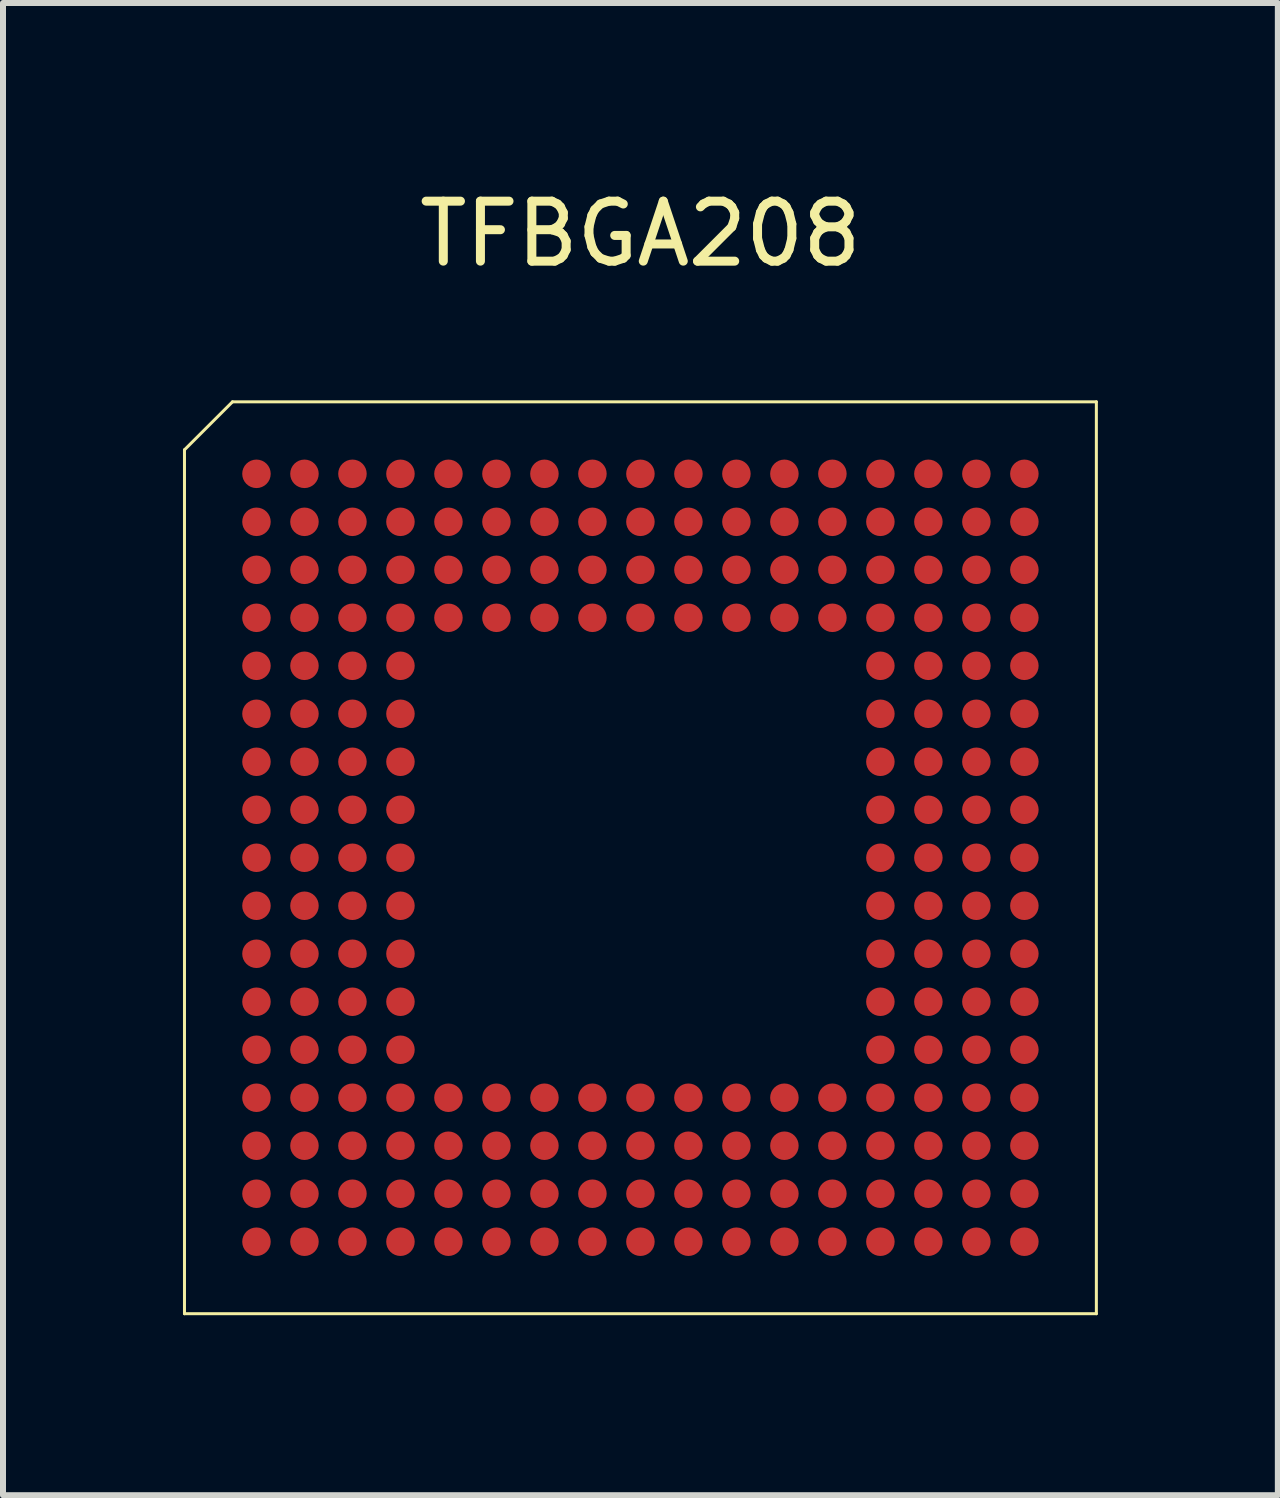
<source format=kicad_pcb>
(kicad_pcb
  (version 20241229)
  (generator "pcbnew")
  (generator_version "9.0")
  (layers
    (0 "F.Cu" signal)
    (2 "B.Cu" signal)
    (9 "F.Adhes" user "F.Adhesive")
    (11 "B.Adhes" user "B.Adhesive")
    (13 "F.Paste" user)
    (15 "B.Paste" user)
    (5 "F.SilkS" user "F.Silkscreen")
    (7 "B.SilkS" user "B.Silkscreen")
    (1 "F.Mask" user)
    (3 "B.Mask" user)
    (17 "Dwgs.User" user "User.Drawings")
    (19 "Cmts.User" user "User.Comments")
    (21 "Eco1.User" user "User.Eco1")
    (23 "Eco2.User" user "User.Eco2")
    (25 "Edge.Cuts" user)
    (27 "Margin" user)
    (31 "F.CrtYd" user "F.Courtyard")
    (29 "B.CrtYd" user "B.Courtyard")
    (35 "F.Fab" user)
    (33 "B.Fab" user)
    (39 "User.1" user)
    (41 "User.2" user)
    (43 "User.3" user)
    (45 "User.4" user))
  (footprint "TFBGA208"
    (layer "F.Cu")
    (at 7.625 11.248)
    (property "Reference" "TFBGA208" (at 0 -10.4 0) (layer "F.SilkS") (effects (font (size 1 1) (thickness 0.15))))
    (attr through_hole)
    (fp_line (start -7.6 7.6) (end -7.6 -6.8) (stroke (width 0.05) (type solid)) (layer "F.SilkS"))
    (fp_line (start -6.8 -7.6) (end -7.6 -6.8) (stroke (width 0.05) (type solid)) (layer "F.SilkS"))
    (fp_line (start -6.8 -7.6) (end 7.6 -7.6) (stroke (width 0.05) (type solid)) (layer "F.SilkS"))
    (fp_line (start 7.6 -7.6) (end 7.6 7.6) (stroke (width 0.05) (type solid)) (layer "F.SilkS"))
    (fp_line (start 7.6 7.6) (end -7.6 7.6) (stroke (width 0.05) (type solid)) (layer "F.SilkS"))
    (pad "A1" smd circle (at -6.4 -6.4) (size 0.475 0.475) (layers "F.Cu" "F.Mask" "F.Paste"))
    (pad "A2" smd circle (at -5.6 -6.4) (size 0.475 0.475) (layers "F.Cu" "F.Mask" "F.Paste"))
    (pad "A3" smd circle (at -4.8 -6.4) (size 0.475 0.475) (layers "F.Cu" "F.Mask" "F.Paste"))
    (pad "A4" smd circle (at -4 -6.4) (size 0.475 0.475) (layers "F.Cu" "F.Mask" "F.Paste"))
    (pad "A5" smd circle (at -3.2 -6.4) (size 0.475 0.475) (layers "F.Cu" "F.Mask" "F.Paste"))
    (pad "A6" smd circle (at -2.4 -6.4) (size 0.475 0.475) (layers "F.Cu" "F.Mask" "F.Paste"))
    (pad "A7" smd circle (at -1.6 -6.4) (size 0.475 0.475) (layers "F.Cu" "F.Mask" "F.Paste"))
    (pad "A8" smd circle (at -0.8 -6.4) (size 0.475 0.475) (layers "F.Cu" "F.Mask" "F.Paste"))
    (pad "A9" smd circle (at 0 -6.4) (size 0.475 0.475) (layers "F.Cu" "F.Mask" "F.Paste"))
    (pad "A10" smd circle (at 0.8 -6.4) (size 0.475 0.475) (layers "F.Cu" "F.Mask" "F.Paste"))
    (pad "A11" smd circle (at 1.6 -6.4) (size 0.475 0.475) (layers "F.Cu" "F.Mask" "F.Paste"))
    (pad "A12" smd circle (at 2.4 -6.4) (size 0.475 0.475) (layers "F.Cu" "F.Mask" "F.Paste"))
    (pad "A13" smd circle (at 3.2 -6.4) (size 0.475 0.475) (layers "F.Cu" "F.Mask" "F.Paste"))
    (pad "A14" smd circle (at 4 -6.4) (size 0.475 0.475) (layers "F.Cu" "F.Mask" "F.Paste"))
    (pad "A15" smd circle (at 4.8 -6.4) (size 0.475 0.475) (layers "F.Cu" "F.Mask" "F.Paste"))
    (pad "A16" smd circle (at 5.6 -6.4) (size 0.475 0.475) (layers "F.Cu" "F.Mask" "F.Paste"))
    (pad "A17" smd circle (at 6.4 -6.4) (size 0.475 0.475) (layers "F.Cu" "F.Mask" "F.Paste"))
    (pad "B1" smd circle (at -6.4 -5.6) (size 0.475 0.475) (layers "F.Cu" "F.Mask" "F.Paste"))
    (pad "B2" smd circle (at -5.6 -5.6) (size 0.475 0.475) (layers "F.Cu" "F.Mask" "F.Paste"))
    (pad "B3" smd circle (at -4.8 -5.6) (size 0.475 0.475) (layers "F.Cu" "F.Mask" "F.Paste"))
    (pad "B4" smd circle (at -4 -5.6) (size 0.475 0.475) (layers "F.Cu" "F.Mask" "F.Paste"))
    (pad "B5" smd circle (at -3.2 -5.6) (size 0.475 0.475) (layers "F.Cu" "F.Mask" "F.Paste"))
    (pad "B6" smd circle (at -2.4 -5.6) (size 0.475 0.475) (layers "F.Cu" "F.Mask" "F.Paste"))
    (pad "B7" smd circle (at -1.6 -5.6) (size 0.475 0.475) (layers "F.Cu" "F.Mask" "F.Paste"))
    (pad "B8" smd circle (at -0.8 -5.6) (size 0.475 0.475) (layers "F.Cu" "F.Mask" "F.Paste"))
    (pad "B9" smd circle (at 0 -5.6) (size 0.475 0.475) (layers "F.Cu" "F.Mask" "F.Paste"))
    (pad "B10" smd circle (at 0.8 -5.6) (size 0.475 0.475) (layers "F.Cu" "F.Mask" "F.Paste"))
    (pad "B11" smd circle (at 1.6 -5.6) (size 0.475 0.475) (layers "F.Cu" "F.Mask" "F.Paste"))
    (pad "B12" smd circle (at 2.4 -5.6) (size 0.475 0.475) (layers "F.Cu" "F.Mask" "F.Paste"))
    (pad "B13" smd circle (at 3.2 -5.6) (size 0.475 0.475) (layers "F.Cu" "F.Mask" "F.Paste"))
    (pad "B14" smd circle (at 4 -5.6) (size 0.475 0.475) (layers "F.Cu" "F.Mask" "F.Paste"))
    (pad "B15" smd circle (at 4.8 -5.6) (size 0.475 0.475) (layers "F.Cu" "F.Mask" "F.Paste"))
    (pad "B16" smd circle (at 5.6 -5.6) (size 0.475 0.475) (layers "F.Cu" "F.Mask" "F.Paste"))
    (pad "B17" smd circle (at 6.4 -5.6) (size 0.475 0.475) (layers "F.Cu" "F.Mask" "F.Paste"))
    (pad "C1" smd circle (at -6.4 -4.8) (size 0.475 0.475) (layers "F.Cu" "F.Mask" "F.Paste"))
    (pad "C2" smd circle (at -5.6 -4.8) (size 0.475 0.475) (layers "F.Cu" "F.Mask" "F.Paste"))
    (pad "C3" smd circle (at -4.8 -4.8) (size 0.475 0.475) (layers "F.Cu" "F.Mask" "F.Paste"))
    (pad "C4" smd circle (at -4 -4.8) (size 0.475 0.475) (layers "F.Cu" "F.Mask" "F.Paste"))
    (pad "C5" smd circle (at -3.2 -4.8) (size 0.475 0.475) (layers "F.Cu" "F.Mask" "F.Paste"))
    (pad "C6" smd circle (at -2.4 -4.8) (size 0.475 0.475) (layers "F.Cu" "F.Mask" "F.Paste"))
    (pad "C7" smd circle (at -1.6 -4.8) (size 0.475 0.475) (layers "F.Cu" "F.Mask" "F.Paste"))
    (pad "C8" smd circle (at -0.8 -4.8) (size 0.475 0.475) (layers "F.Cu" "F.Mask" "F.Paste"))
    (pad "C9" smd circle (at 0 -4.8) (size 0.475 0.475) (layers "F.Cu" "F.Mask" "F.Paste"))
    (pad "C10" smd circle (at 0.8 -4.8) (size 0.475 0.475) (layers "F.Cu" "F.Mask" "F.Paste"))
    (pad "C11" smd circle (at 1.6 -4.8) (size 0.475 0.475) (layers "F.Cu" "F.Mask" "F.Paste"))
    (pad "C12" smd circle (at 2.4 -4.8) (size 0.475 0.475) (layers "F.Cu" "F.Mask" "F.Paste"))
    (pad "C13" smd circle (at 3.2 -4.8) (size 0.475 0.475) (layers "F.Cu" "F.Mask" "F.Paste"))
    (pad "C14" smd circle (at 4 -4.8) (size 0.475 0.475) (layers "F.Cu" "F.Mask" "F.Paste"))
    (pad "C15" smd circle (at 4.8 -4.8) (size 0.475 0.475) (layers "F.Cu" "F.Mask" "F.Paste"))
    (pad "C16" smd circle (at 5.6 -4.8) (size 0.475 0.475) (layers "F.Cu" "F.Mask" "F.Paste"))
    (pad "C17" smd circle (at 6.4 -4.8) (size 0.475 0.475) (layers "F.Cu" "F.Mask" "F.Paste"))
    (pad "D1" smd circle (at -6.4 -4) (size 0.475 0.475) (layers "F.Cu" "F.Mask" "F.Paste"))
    (pad "D2" smd circle (at -5.6 -4) (size 0.475 0.475) (layers "F.Cu" "F.Mask" "F.Paste"))
    (pad "D3" smd circle (at -4.8 -4) (size 0.475 0.475) (layers "F.Cu" "F.Mask" "F.Paste"))
    (pad "D4" smd circle (at -4 -4) (size 0.475 0.475) (layers "F.Cu" "F.Mask" "F.Paste"))
    (pad "D5" smd circle (at -3.2 -4) (size 0.475 0.475) (layers "F.Cu" "F.Mask" "F.Paste"))
    (pad "D6" smd circle (at -2.4 -4) (size 0.475 0.475) (layers "F.Cu" "F.Mask" "F.Paste"))
    (pad "D7" smd circle (at -1.6 -4) (size 0.475 0.475) (layers "F.Cu" "F.Mask" "F.Paste"))
    (pad "D8" smd circle (at -0.8 -4) (size 0.475 0.475) (layers "F.Cu" "F.Mask" "F.Paste"))
    (pad "D9" smd circle (at 0 -4) (size 0.475 0.475) (layers "F.Cu" "F.Mask" "F.Paste"))
    (pad "D10" smd circle (at 0.8 -4) (size 0.475 0.475) (layers "F.Cu" "F.Mask" "F.Paste"))
    (pad "D11" smd circle (at 1.6 -4) (size 0.475 0.475) (layers "F.Cu" "F.Mask" "F.Paste"))
    (pad "D12" smd circle (at 2.4 -4) (size 0.475 0.475) (layers "F.Cu" "F.Mask" "F.Paste"))
    (pad "D13" smd circle (at 3.2 -4) (size 0.475 0.475) (layers "F.Cu" "F.Mask" "F.Paste"))
    (pad "D14" smd circle (at 4 -4) (size 0.475 0.475) (layers "F.Cu" "F.Mask" "F.Paste"))
    (pad "D15" smd circle (at 4.8 -4) (size 0.475 0.475) (layers "F.Cu" "F.Mask" "F.Paste"))
    (pad "D16" smd circle (at 5.6 -4) (size 0.475 0.475) (layers "F.Cu" "F.Mask" "F.Paste"))
    (pad "D17" smd circle (at 6.4 -4) (size 0.475 0.475) (layers "F.Cu" "F.Mask" "F.Paste"))
    (pad "E1" smd circle (at -6.4 -3.2) (size 0.475 0.475) (layers "F.Cu" "F.Mask" "F.Paste"))
    (pad "E2" smd circle (at -5.6 -3.2) (size 0.475 0.475) (layers "F.Cu" "F.Mask" "F.Paste"))
    (pad "E3" smd circle (at -4.8 -3.2) (size 0.475 0.475) (layers "F.Cu" "F.Mask" "F.Paste"))
    (pad "E4" smd circle (at -4 -3.2) (size 0.475 0.475) (layers "F.Cu" "F.Mask" "F.Paste"))
    (pad "E14" smd circle (at 4 -3.2) (size 0.475 0.475) (layers "F.Cu" "F.Mask" "F.Paste"))
    (pad "E15" smd circle (at 4.8 -3.2) (size 0.475 0.475) (layers "F.Cu" "F.Mask" "F.Paste"))
    (pad "E16" smd circle (at 5.6 -3.2) (size 0.475 0.475) (layers "F.Cu" "F.Mask" "F.Paste"))
    (pad "E17" smd circle (at 6.4 -3.2) (size 0.475 0.475) (layers "F.Cu" "F.Mask" "F.Paste"))
    (pad "F1" smd circle (at -6.4 -2.4) (size 0.475 0.475) (layers "F.Cu" "F.Mask" "F.Paste"))
    (pad "F2" smd circle (at -5.6 -2.4) (size 0.475 0.475) (layers "F.Cu" "F.Mask" "F.Paste"))
    (pad "F3" smd circle (at -4.8 -2.4) (size 0.475 0.475) (layers "F.Cu" "F.Mask" "F.Paste"))
    (pad "F4" smd circle (at -4 -2.4) (size 0.475 0.475) (layers "F.Cu" "F.Mask" "F.Paste"))
    (pad "F14" smd circle (at 4 -2.4) (size 0.475 0.475) (layers "F.Cu" "F.Mask" "F.Paste"))
    (pad "F15" smd circle (at 4.8 -2.4) (size 0.475 0.475) (layers "F.Cu" "F.Mask" "F.Paste"))
    (pad "F16" smd circle (at 5.6 -2.4) (size 0.475 0.475) (layers "F.Cu" "F.Mask" "F.Paste"))
    (pad "F17" smd circle (at 6.4 -2.4) (size 0.475 0.475) (layers "F.Cu" "F.Mask" "F.Paste"))
    (pad "G1" smd circle (at -6.4 -1.6) (size 0.475 0.475) (layers "F.Cu" "F.Mask" "F.Paste"))
    (pad "G2" smd circle (at -5.6 -1.6) (size 0.475 0.475) (layers "F.Cu" "F.Mask" "F.Paste"))
    (pad "G3" smd circle (at -4.8 -1.6) (size 0.475 0.475) (layers "F.Cu" "F.Mask" "F.Paste"))
    (pad "G4" smd circle (at -4 -1.6) (size 0.475 0.475) (layers "F.Cu" "F.Mask" "F.Paste"))
    (pad "G14" smd circle (at 4 -1.6) (size 0.475 0.475) (layers "F.Cu" "F.Mask" "F.Paste"))
    (pad "G15" smd circle (at 4.8 -1.6) (size 0.475 0.475) (layers "F.Cu" "F.Mask" "F.Paste"))
    (pad "G16" smd circle (at 5.6 -1.6) (size 0.475 0.475) (layers "F.Cu" "F.Mask" "F.Paste"))
    (pad "G17" smd circle (at 6.4 -1.6) (size 0.475 0.475) (layers "F.Cu" "F.Mask" "F.Paste"))
    (pad "H1" smd circle (at -6.4 -0.8) (size 0.475 0.475) (layers "F.Cu" "F.Mask" "F.Paste"))
    (pad "H2" smd circle (at -5.6 -0.8) (size 0.475 0.475) (layers "F.Cu" "F.Mask" "F.Paste"))
    (pad "H3" smd circle (at -4.8 -0.8) (size 0.475 0.475) (layers "F.Cu" "F.Mask" "F.Paste"))
    (pad "H4" smd circle (at -4 -0.8) (size 0.475 0.475) (layers "F.Cu" "F.Mask" "F.Paste"))
    (pad "H14" smd circle (at 4 -0.8) (size 0.475 0.475) (layers "F.Cu" "F.Mask" "F.Paste"))
    (pad "H15" smd circle (at 4.8 -0.8) (size 0.475 0.475) (layers "F.Cu" "F.Mask" "F.Paste"))
    (pad "H16" smd circle (at 5.6 -0.8) (size 0.475 0.475) (layers "F.Cu" "F.Mask" "F.Paste"))
    (pad "H17" smd circle (at 6.4 -0.8) (size 0.475 0.475) (layers "F.Cu" "F.Mask" "F.Paste"))
    (pad "J1" smd circle (at -6.4 0) (size 0.475 0.475) (layers "F.Cu" "F.Mask" "F.Paste"))
    (pad "J2" smd circle (at -5.6 0) (size 0.475 0.475) (layers "F.Cu" "F.Mask" "F.Paste"))
    (pad "J3" smd circle (at -4.8 0) (size 0.475 0.475) (layers "F.Cu" "F.Mask" "F.Paste"))
    (pad "J4" smd circle (at -4 0) (size 0.475 0.475) (layers "F.Cu" "F.Mask" "F.Paste"))
    (pad "J14" smd circle (at 4 0) (size 0.475 0.475) (layers "F.Cu" "F.Mask" "F.Paste"))
    (pad "J15" smd circle (at 4.8 0) (size 0.475 0.475) (layers "F.Cu" "F.Mask" "F.Paste"))
    (pad "J16" smd circle (at 5.6 0 90) (size 0.475 0.475) (layers "F.Cu" "F.Mask" "F.Paste"))
    (pad "J17" smd circle (at 6.4 0) (size 0.475 0.475) (layers "F.Cu" "F.Mask" "F.Paste"))
    (pad "K1" smd circle (at -6.4 0.8) (size 0.475 0.475) (layers "F.Cu" "F.Mask" "F.Paste"))
    (pad "K2" smd circle (at -5.6 0.8) (size 0.475 0.475) (layers "F.Cu" "F.Mask" "F.Paste"))
    (pad "K3" smd circle (at -4.8 0.8) (size 0.475 0.475) (layers "F.Cu" "F.Mask" "F.Paste"))
    (pad "K4" smd circle (at -4 0.8) (size 0.475 0.475) (layers "F.Cu" "F.Mask" "F.Paste"))
    (pad "K14" smd circle (at 4 0.8) (size 0.475 0.475) (layers "F.Cu" "F.Mask" "F.Paste"))
    (pad "K15" smd circle (at 4.8 0.8) (size 0.475 0.475) (layers "F.Cu" "F.Mask" "F.Paste"))
    (pad "K16" smd circle (at 5.6 0.8) (size 0.475 0.475) (layers "F.Cu" "F.Mask" "F.Paste"))
    (pad "K17" smd circle (at 6.4 0.8) (size 0.475 0.475) (layers "F.Cu" "F.Mask" "F.Paste"))
    (pad "L1" smd circle (at -6.4 1.6) (size 0.475 0.475) (layers "F.Cu" "F.Mask" "F.Paste"))
    (pad "L2" smd circle (at -5.6 1.6) (size 0.475 0.475) (layers "F.Cu" "F.Mask" "F.Paste"))
    (pad "L3" smd circle (at -4.8 1.6) (size 0.475 0.475) (layers "F.Cu" "F.Mask" "F.Paste"))
    (pad "L4" smd circle (at -4 1.6) (size 0.475 0.475) (layers "F.Cu" "F.Mask" "F.Paste"))
    (pad "L14" smd circle (at 4 1.6) (size 0.475 0.475) (layers "F.Cu" "F.Mask" "F.Paste"))
    (pad "L15" smd circle (at 4.8 1.6) (size 0.475 0.475) (layers "F.Cu" "F.Mask" "F.Paste"))
    (pad "L16" smd circle (at 5.6 1.6) (size 0.475 0.475) (layers "F.Cu" "F.Mask" "F.Paste"))
    (pad "L17" smd circle (at 6.4 1.6) (size 0.475 0.475) (layers "F.Cu" "F.Mask" "F.Paste"))
    (pad "M1" smd circle (at -6.4 2.4) (size 0.475 0.475) (layers "F.Cu" "F.Mask" "F.Paste"))
    (pad "M2" smd circle (at -5.6 2.4) (size 0.475 0.475) (layers "F.Cu" "F.Mask" "F.Paste"))
    (pad "M3" smd circle (at -4.8 2.4) (size 0.475 0.475) (layers "F.Cu" "F.Mask" "F.Paste"))
    (pad "M4" smd circle (at -4 2.4) (size 0.475 0.475) (layers "F.Cu" "F.Mask" "F.Paste"))
    (pad "M14" smd circle (at 4 2.4) (size 0.475 0.475) (layers "F.Cu" "F.Mask" "F.Paste"))
    (pad "M15" smd circle (at 4.8 2.4) (size 0.475 0.475) (layers "F.Cu" "F.Mask" "F.Paste"))
    (pad "M16" smd circle (at 5.6 2.4) (size 0.475 0.475) (layers "F.Cu" "F.Mask" "F.Paste"))
    (pad "M17" smd circle (at 6.4 2.4) (size 0.475 0.475) (layers "F.Cu" "F.Mask" "F.Paste"))
    (pad "N1" smd circle (at -6.4 3.2) (size 0.475 0.475) (layers "F.Cu" "F.Mask" "F.Paste"))
    (pad "N2" smd circle (at -5.6 3.2) (size 0.475 0.475) (layers "F.Cu" "F.Mask" "F.Paste"))
    (pad "N3" smd circle (at -4.8 3.2) (size 0.475 0.475) (layers "F.Cu" "F.Mask" "F.Paste"))
    (pad "N4" smd circle (at -4 3.2) (size 0.475 0.475) (layers "F.Cu" "F.Mask" "F.Paste"))
    (pad "N14" smd circle (at 4 3.2) (size 0.475 0.475) (layers "F.Cu" "F.Mask" "F.Paste"))
    (pad "N15" smd circle (at 4.8 3.2) (size 0.475 0.475) (layers "F.Cu" "F.Mask" "F.Paste"))
    (pad "N16" smd circle (at 5.6 3.2) (size 0.475 0.475) (layers "F.Cu" "F.Mask" "F.Paste"))
    (pad "N17" smd circle (at 6.4 3.2) (size 0.475 0.475) (layers "F.Cu" "F.Mask" "F.Paste"))
    (pad "P1" smd circle (at -6.4 4) (size 0.475 0.475) (layers "F.Cu" "F.Mask" "F.Paste"))
    (pad "P2" smd circle (at -5.6 4) (size 0.475 0.475) (layers "F.Cu" "F.Mask" "F.Paste"))
    (pad "P3" smd circle (at -4.8 4) (size 0.475 0.475) (layers "F.Cu" "F.Mask" "F.Paste"))
    (pad "P4" smd circle (at -4 4) (size 0.475 0.475) (layers "F.Cu" "F.Mask" "F.Paste"))
    (pad "P5" smd circle (at -3.2 4) (size 0.475 0.475) (layers "F.Cu" "F.Mask" "F.Paste"))
    (pad "P6" smd circle (at -2.4 4) (size 0.475 0.475) (layers "F.Cu" "F.Mask" "F.Paste"))
    (pad "P7" smd circle (at -1.6 4) (size 0.475 0.475) (layers "F.Cu" "F.Mask" "F.Paste"))
    (pad "P8" smd circle (at -0.8 4) (size 0.475 0.475) (layers "F.Cu" "F.Mask" "F.Paste"))
    (pad "P9" smd circle (at 0 4) (size 0.475 0.475) (layers "F.Cu" "F.Mask" "F.Paste"))
    (pad "P10" smd circle (at 0.8 4) (size 0.475 0.475) (layers "F.Cu" "F.Mask" "F.Paste"))
    (pad "P11" smd circle (at 1.6 4) (size 0.475 0.475) (layers "F.Cu" "F.Mask" "F.Paste"))
    (pad "P12" smd circle (at 2.4 4) (size 0.475 0.475) (layers "F.Cu" "F.Mask" "F.Paste"))
    (pad "P13" smd circle (at 3.2 4) (size 0.475 0.475) (layers "F.Cu" "F.Mask" "F.Paste"))
    (pad "P14" smd circle (at 4 4) (size 0.475 0.475) (layers "F.Cu" "F.Mask" "F.Paste"))
    (pad "P15" smd circle (at 4.8 4) (size 0.475 0.475) (layers "F.Cu" "F.Mask" "F.Paste"))
    (pad "P16" smd circle (at 5.6 4) (size 0.475 0.475) (layers "F.Cu" "F.Mask" "F.Paste"))
    (pad "P17" smd circle (at 6.4 4) (size 0.475 0.475) (layers "F.Cu" "F.Mask" "F.Paste"))
    (pad "R1" smd circle (at -6.4 4.8) (size 0.475 0.475) (layers "F.Cu" "F.Mask" "F.Paste"))
    (pad "R2" smd circle (at -5.6 4.8) (size 0.475 0.475) (layers "F.Cu" "F.Mask" "F.Paste"))
    (pad "R3" smd circle (at -4.8 4.8) (size 0.475 0.475) (layers "F.Cu" "F.Mask" "F.Paste"))
    (pad "R4" smd circle (at -4 4.8) (size 0.475 0.475) (layers "F.Cu" "F.Mask" "F.Paste"))
    (pad "R5" smd circle (at -3.2 4.8) (size 0.475 0.475) (layers "F.Cu" "F.Mask" "F.Paste"))
    (pad "R6" smd circle (at -2.4 4.8) (size 0.475 0.475) (layers "F.Cu" "F.Mask" "F.Paste"))
    (pad "R7" smd circle (at -1.6 4.8) (size 0.475 0.475) (layers "F.Cu" "F.Mask" "F.Paste"))
    (pad "R8" smd circle (at -0.8 4.8) (size 0.475 0.475) (layers "F.Cu" "F.Mask" "F.Paste"))
    (pad "R9" smd circle (at 0 4.8) (size 0.475 0.475) (layers "F.Cu" "F.Mask" "F.Paste"))
    (pad "R10" smd circle (at 0.8 4.8) (size 0.475 0.475) (layers "F.Cu" "F.Mask" "F.Paste"))
    (pad "R11" smd circle (at 1.6 4.8) (size 0.475 0.475) (layers "F.Cu" "F.Mask" "F.Paste"))
    (pad "R12" smd circle (at 2.4 4.8) (size 0.475 0.475) (layers "F.Cu" "F.Mask" "F.Paste"))
    (pad "R13" smd circle (at 3.2 4.8) (size 0.475 0.475) (layers "F.Cu" "F.Mask" "F.Paste"))
    (pad "R14" smd circle (at 4 4.8) (size 0.475 0.475) (layers "F.Cu" "F.Mask" "F.Paste"))
    (pad "R15" smd circle (at 4.8 4.8) (size 0.475 0.475) (layers "F.Cu" "F.Mask" "F.Paste"))
    (pad "R16" smd circle (at 5.6 4.8) (size 0.475 0.475) (layers "F.Cu" "F.Mask" "F.Paste"))
    (pad "R17" smd circle (at 6.4 4.8) (size 0.475 0.475) (layers "F.Cu" "F.Mask" "F.Paste"))
    (pad "T1" smd circle (at -6.4 5.6) (size 0.475 0.475) (layers "F.Cu" "F.Mask" "F.Paste"))
    (pad "T2" smd circle (at -5.6 5.6) (size 0.475 0.475) (layers "F.Cu" "F.Mask" "F.Paste"))
    (pad "T3" smd circle (at -4.8 5.6) (size 0.475 0.475) (layers "F.Cu" "F.Mask" "F.Paste"))
    (pad "T4" smd circle (at -4 5.6) (size 0.475 0.475) (layers "F.Cu" "F.Mask" "F.Paste"))
    (pad "T5" smd circle (at -3.2 5.6) (size 0.475 0.475) (layers "F.Cu" "F.Mask" "F.Paste"))
    (pad "T6" smd circle (at -2.4 5.6) (size 0.475 0.475) (layers "F.Cu" "F.Mask" "F.Paste"))
    (pad "T7" smd circle (at -1.6 5.6) (size 0.475 0.475) (layers "F.Cu" "F.Mask" "F.Paste"))
    (pad "T8" smd circle (at -0.8 5.6) (size 0.475 0.475) (layers "F.Cu" "F.Mask" "F.Paste"))
    (pad "T9" smd circle (at 0 5.6) (size 0.475 0.475) (layers "F.Cu" "F.Mask" "F.Paste"))
    (pad "T10" smd circle (at 0.8 5.6) (size 0.475 0.475) (layers "F.Cu" "F.Mask" "F.Paste"))
    (pad "T11" smd circle (at 1.6 5.6) (size 0.475 0.475) (layers "F.Cu" "F.Mask" "F.Paste"))
    (pad "T12" smd circle (at 2.4 5.6) (size 0.475 0.475) (layers "F.Cu" "F.Mask" "F.Paste"))
    (pad "T13" smd circle (at 3.2 5.6) (size 0.475 0.475) (layers "F.Cu" "F.Mask" "F.Paste"))
    (pad "T14" smd circle (at 4 5.6) (size 0.475 0.475) (layers "F.Cu" "F.Mask" "F.Paste"))
    (pad "T15" smd circle (at 4.8 5.6) (size 0.475 0.475) (layers "F.Cu" "F.Mask" "F.Paste"))
    (pad "T16" smd circle (at 5.6 5.6) (size 0.475 0.475) (layers "F.Cu" "F.Mask" "F.Paste"))
    (pad "T17" smd circle (at 6.4 5.6) (size 0.475 0.475) (layers "F.Cu" "F.Mask" "F.Paste"))
    (pad "U1" smd circle (at -6.4 6.4) (size 0.475 0.475) (layers "F.Cu" "F.Mask" "F.Paste"))
    (pad "U2" smd circle (at -5.6 6.4) (size 0.475 0.475) (layers "F.Cu" "F.Mask" "F.Paste"))
    (pad "U3" smd circle (at -4.8 6.4) (size 0.475 0.475) (layers "F.Cu" "F.Mask" "F.Paste"))
    (pad "U4" smd circle (at -4 6.4) (size 0.475 0.475) (layers "F.Cu" "F.Mask" "F.Paste"))
    (pad "U5" smd circle (at -3.2 6.4) (size 0.475 0.475) (layers "F.Cu" "F.Mask" "F.Paste"))
    (pad "U6" smd circle (at -2.4 6.4) (size 0.475 0.475) (layers "F.Cu" "F.Mask" "F.Paste"))
    (pad "U7" smd circle (at -1.6 6.4) (size 0.475 0.475) (layers "F.Cu" "F.Mask" "F.Paste"))
    (pad "U8" smd circle (at -0.8 6.4) (size 0.475 0.475) (layers "F.Cu" "F.Mask" "F.Paste"))
    (pad "U9" smd circle (at 0 6.4) (size 0.475 0.475) (layers "F.Cu" "F.Mask" "F.Paste"))
    (pad "U10" smd circle (at 0.8 6.4) (size 0.475 0.475) (layers "F.Cu" "F.Mask" "F.Paste"))
    (pad "U11" smd circle (at 1.6 6.4) (size 0.475 0.475) (layers "F.Cu" "F.Mask" "F.Paste"))
    (pad "U12" smd circle (at 2.4 6.4) (size 0.475 0.475) (layers "F.Cu" "F.Mask" "F.Paste"))
    (pad "U13" smd circle (at 3.2 6.4) (size 0.475 0.475) (layers "F.Cu" "F.Mask" "F.Paste"))
    (pad "U14" smd circle (at 4 6.4) (size 0.475 0.475) (layers "F.Cu" "F.Mask" "F.Paste"))
    (pad "U15" smd circle (at 4.8 6.4) (size 0.475 0.475) (layers "F.Cu" "F.Mask" "F.Paste"))
    (pad "U16" smd circle (at 5.6 6.4) (size 0.475 0.475) (layers "F.Cu" "F.Mask" "F.Paste"))
    (pad "U17" smd circle (at 6.4 6.4) (size 0.475 0.475) (layers "F.Cu" "F.Mask" "F.Paste")))
  (gr_rect
    (start -3 -3)
    (end 18.25 21.873)
    (stroke (width 0.1) (type default))
    (fill no)
    (layer "Edge.Cuts")))
</source>
